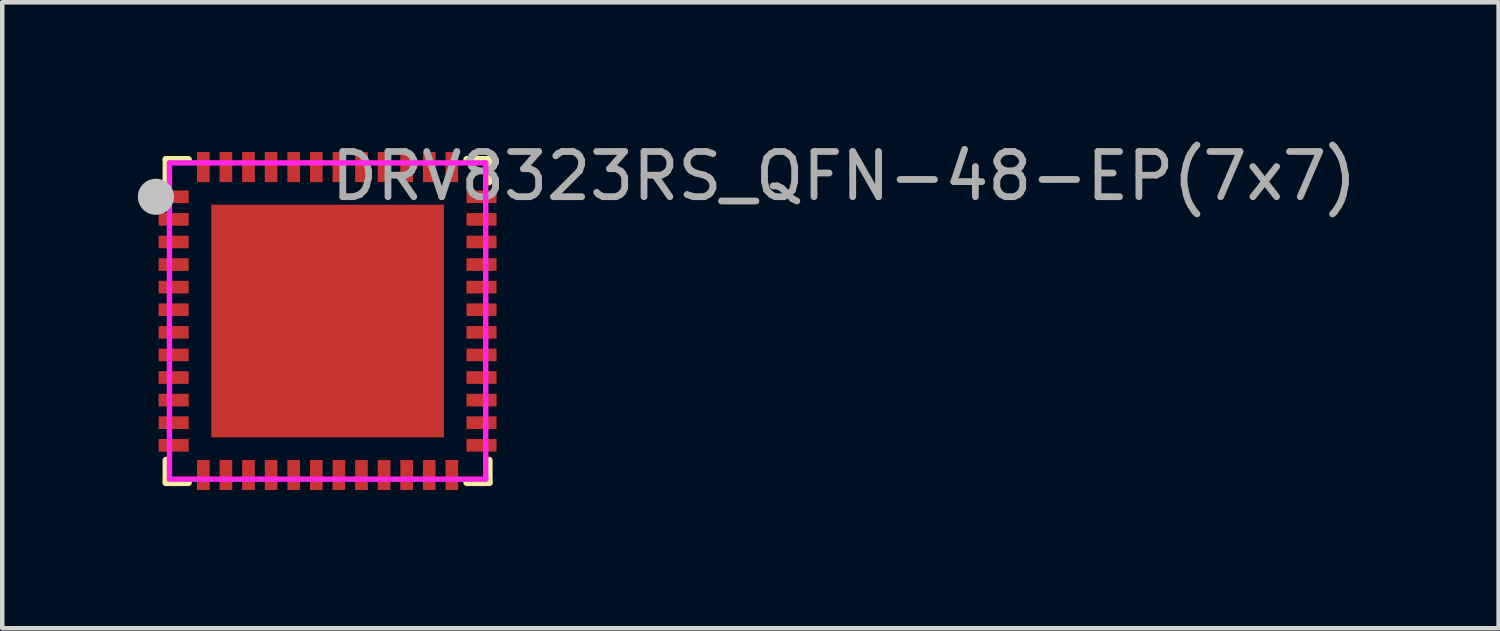
<source format=kicad_pcb>
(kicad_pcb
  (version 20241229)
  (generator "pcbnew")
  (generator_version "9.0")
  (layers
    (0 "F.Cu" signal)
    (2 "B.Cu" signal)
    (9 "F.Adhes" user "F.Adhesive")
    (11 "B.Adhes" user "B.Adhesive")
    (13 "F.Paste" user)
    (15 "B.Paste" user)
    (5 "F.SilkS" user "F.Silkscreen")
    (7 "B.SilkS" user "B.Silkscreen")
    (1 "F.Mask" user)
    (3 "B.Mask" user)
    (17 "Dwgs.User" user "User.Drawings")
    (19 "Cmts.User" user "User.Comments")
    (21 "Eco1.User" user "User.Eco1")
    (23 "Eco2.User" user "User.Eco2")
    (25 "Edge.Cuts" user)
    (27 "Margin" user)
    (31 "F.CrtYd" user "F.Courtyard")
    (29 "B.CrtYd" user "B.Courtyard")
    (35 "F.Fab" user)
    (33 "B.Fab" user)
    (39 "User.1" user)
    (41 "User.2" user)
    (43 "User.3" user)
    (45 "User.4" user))
  (footprint "DRV8323RS_QFN-48-EP(7x7)"
    (layer "F.Cu")
    (at 4.2 4.055)
    (property "Reference" "DRV8323RS_QFN-48-EP(7x7)" (at 0 -3.207 0) (layer "F.Fab") (effects (font (size 1 1) (thickness 0.15)) (justify left)))
    (attr smd)
    (fp_line (start -3.576 -3.576) (end -3.576 -3.08) (stroke (width 0.152) (type solid)) (layer "F.SilkS"))
    (fp_line (start -3.576 3.576) (end -3.576 3.08) (stroke (width 0.152) (type solid)) (layer "F.SilkS"))
    (fp_line (start -3.08 -3.576) (end -3.576 -3.576) (stroke (width 0.152) (type solid)) (layer "F.SilkS"))
    (fp_line (start -3.08 3.576) (end -3.576 3.576) (stroke (width 0.152) (type solid)) (layer "F.SilkS"))
    (fp_line (start 3.08 -3.576) (end 3.576 -3.576) (stroke (width 0.152) (type solid)) (layer "F.SilkS"))
    (fp_line (start 3.08 3.576) (end 3.576 3.576) (stroke (width 0.152) (type solid)) (layer "F.SilkS"))
    (fp_line (start 3.576 -3.576) (end 3.576 -3.08) (stroke (width 0.152) (type solid)) (layer "F.SilkS"))
    (fp_line (start 3.576 3.576) (end 3.576 3.08) (stroke (width 0.152) (type solid)) (layer "F.SilkS"))
    (fp_circle (center -4.04 -2.75) (end -3.965 -2.75) (stroke (width 0.15) (type solid)) (fill no) (layer "F.SilkS"))
    (fp_poly (pts (xy -3.74 -2.89) (xy -3.74 -2.61) (xy -3.075 -2.61) (xy -3.075 -2.89)) (stroke (width 0.12) (type solid)) (fill yes) (layer "F.Paste"))
    (fp_poly (pts (xy -3.74 -2.39) (xy -3.74 -2.11) (xy -3.075 -2.11) (xy -3.075 -2.39)) (stroke (width 0.12) (type solid)) (fill yes) (layer "F.Paste"))
    (fp_poly (pts (xy -3.74 -1.89) (xy -3.74 -1.61) (xy -3.075 -1.61) (xy -3.075 -1.89)) (stroke (width 0.12) (type solid)) (fill yes) (layer "F.Paste"))
    (fp_poly (pts (xy -3.74 -1.39) (xy -3.74 -1.11) (xy -3.075 -1.11) (xy -3.075 -1.39)) (stroke (width 0.12) (type solid)) (fill yes) (layer "F.Paste"))
    (fp_poly (pts (xy -3.74 -0.39) (xy -3.74 -0.11) (xy -3.075 -0.11) (xy -3.075 -0.39)) (stroke (width 0.12) (type solid)) (fill yes) (layer "F.Paste"))
    (fp_poly (pts (xy -3.74 0.11) (xy -3.74 0.39) (xy -3.075 0.39) (xy -3.075 0.11)) (stroke (width 0.12) (type solid)) (fill yes) (layer "F.Paste"))
    (fp_poly (pts (xy -3.74 1.11) (xy -3.74 1.39) (xy -3.075 1.39) (xy -3.075 1.11)) (stroke (width 0.12) (type solid)) (fill yes) (layer "F.Paste"))
    (fp_poly (pts (xy -3.74 2.11) (xy -3.74 2.39) (xy -3.075 2.39) (xy -3.075 2.11)) (stroke (width 0.12) (type solid)) (fill yes) (layer "F.Paste"))
    (fp_poly (pts (xy -3.74 2.61) (xy -3.74 2.89) (xy -3.075 2.89) (xy -3.075 2.61)) (stroke (width 0.12) (type solid)) (fill yes) (layer "F.Paste"))
    (fp_poly (pts (xy -3.74 -0.89) (xy -3.74 -0.61) (xy -3.075 -0.61) (xy -3.075 -0.89)) (stroke (width 0.12) (type solid)) (fill yes) (layer "F.Paste"))
    (fp_poly (pts (xy -3.74 0.61) (xy -3.74 0.89) (xy -3.075 0.89) (xy -3.075 0.61)) (stroke (width 0.12) (type solid)) (fill yes) (layer "F.Paste"))
    (fp_poly (pts (xy -3.74 1.61) (xy -3.74 1.89) (xy -3.075 1.89) (xy -3.075 1.61)) (stroke (width 0.12) (type solid)) (fill yes) (layer "F.Paste"))
    (fp_poly (pts (xy -2.89 3.075) (xy -2.89 3.74) (xy -2.61 3.74) (xy -2.61 3.075)) (stroke (width 0.12) (type solid)) (fill yes) (layer "F.Paste"))
    (fp_poly (pts (xy -2.61 -3.075) (xy -2.61 -3.74) (xy -2.89 -3.74) (xy -2.89 -3.075)) (stroke (width 0.12) (type solid)) (fill yes) (layer "F.Paste"))
    (fp_poly (pts (xy -2.39 3.075) (xy -2.39 3.74) (xy -2.11 3.74) (xy -2.11 3.075)) (stroke (width 0.12) (type solid)) (fill yes) (layer "F.Paste"))
    (fp_poly (pts (xy -2.11 -3.075) (xy -2.11 -3.74) (xy -2.39 -3.74) (xy -2.39 -3.075)) (stroke (width 0.12) (type solid)) (fill yes) (layer "F.Paste"))
    (fp_poly (pts (xy -2 -2) (xy -2 2) (xy 2 2) (xy 2 -2)) (stroke (width 0.12) (type solid)) (fill yes) (layer "F.Paste"))
    (fp_poly (pts (xy -1.89 3.075) (xy -1.89 3.74) (xy -1.61 3.74) (xy -1.61 3.075)) (stroke (width 0.12) (type solid)) (fill yes) (layer "F.Paste"))
    (fp_poly (pts (xy -1.61 -3.075) (xy -1.61 -3.74) (xy -1.89 -3.74) (xy -1.89 -3.075)) (stroke (width 0.12) (type solid)) (fill yes) (layer "F.Paste"))
    (fp_poly (pts (xy -1.11 -3.075) (xy -1.11 -3.74) (xy -1.39 -3.74) (xy -1.39 -3.075)) (stroke (width 0.12) (type solid)) (fill yes) (layer "F.Paste"))
    (fp_poly (pts (xy -1.11 3.74) (xy -1.11 3.075) (xy -1.39 3.075) (xy -1.39 3.74)) (stroke (width 0.12) (type solid)) (fill yes) (layer "F.Paste"))
    (fp_poly (pts (xy -0.61 -3.075) (xy -0.61 -3.74) (xy -0.89 -3.74) (xy -0.89 -3.075)) (stroke (width 0.12) (type solid)) (fill yes) (layer "F.Paste"))
    (fp_poly (pts (xy -0.61 3.74) (xy -0.61 3.075) (xy -0.89 3.075) (xy -0.89 3.74)) (stroke (width 0.12) (type solid)) (fill yes) (layer "F.Paste"))
    (fp_poly (pts (xy -0.11 -3.075) (xy -0.11 -3.74) (xy -0.39 -3.74) (xy -0.39 -3.075)) (stroke (width 0.12) (type solid)) (fill yes) (layer "F.Paste"))
    (fp_poly (pts (xy -0.11 3.74) (xy -0.11 3.075) (xy -0.39 3.075) (xy -0.39 3.74)) (stroke (width 0.12) (type solid)) (fill yes) (layer "F.Paste"))
    (fp_poly (pts (xy 0.39 -3.075) (xy 0.39 -3.74) (xy 0.11 -3.74) (xy 0.11 -3.075)) (stroke (width 0.12) (type solid)) (fill yes) (layer "F.Paste"))
    (fp_poly (pts (xy 0.39 3.74) (xy 0.39 3.075) (xy 0.11 3.075) (xy 0.11 3.74)) (stroke (width 0.12) (type solid)) (fill yes) (layer "F.Paste"))
    (fp_poly (pts (xy 0.61 -3.74) (xy 0.61 -3.075) (xy 0.89 -3.075) (xy 0.89 -3.74)) (stroke (width 0.12) (type solid)) (fill yes) (layer "F.Paste"))
    (fp_poly (pts (xy 0.89 3.74) (xy 0.89 3.075) (xy 0.61 3.075) (xy 0.61 3.74)) (stroke (width 0.12) (type solid)) (fill yes) (layer "F.Paste"))
    (fp_poly (pts (xy 1.11 -3.74) (xy 1.11 -3.075) (xy 1.39 -3.075) (xy 1.39 -3.74)) (stroke (width 0.12) (type solid)) (fill yes) (layer "F.Paste"))
    (fp_poly (pts (xy 1.39 3.74) (xy 1.39 3.075) (xy 1.11 3.075) (xy 1.11 3.74)) (stroke (width 0.12) (type solid)) (fill yes) (layer "F.Paste"))
    (fp_poly (pts (xy 1.61 -3.74) (xy 1.61 -3.075) (xy 1.89 -3.075) (xy 1.89 -3.74)) (stroke (width 0.12) (type solid)) (fill yes) (layer "F.Paste"))
    (fp_poly (pts (xy 1.89 3.74) (xy 1.89 3.075) (xy 1.61 3.075) (xy 1.61 3.74)) (stroke (width 0.12) (type solid)) (fill yes) (layer "F.Paste"))
    (fp_poly (pts (xy 2.39 -3.075) (xy 2.39 -3.74) (xy 2.11 -3.74) (xy 2.11 -3.075)) (stroke (width 0.12) (type solid)) (fill yes) (layer "F.Paste"))
    (fp_poly (pts (xy 2.39 3.74) (xy 2.39 3.075) (xy 2.11 3.075) (xy 2.11 3.74)) (stroke (width 0.12) (type solid)) (fill yes) (layer "F.Paste"))
    (fp_poly (pts (xy 2.89 -3.075) (xy 2.89 -3.74) (xy 2.61 -3.74) (xy 2.61 -3.075)) (stroke (width 0.12) (type solid)) (fill yes) (layer "F.Paste"))
    (fp_poly (pts (xy 2.89 3.74) (xy 2.89 3.075) (xy 2.61 3.075) (xy 2.61 3.74)) (stroke (width 0.12) (type solid)) (fill yes) (layer "F.Paste"))
    (fp_poly (pts (xy 3.075 2.61) (xy 3.075 2.89) (xy 3.74 2.89) (xy 3.74 2.61)) (stroke (width 0.12) (type solid)) (fill yes) (layer "F.Paste"))
    (fp_poly (pts (xy 3.74 -1.61) (xy 3.74 -1.89) (xy 3.075 -1.89) (xy 3.075 -1.61)) (stroke (width 0.12) (type solid)) (fill yes) (layer "F.Paste"))
    (fp_poly (pts (xy 3.74 -0.61) (xy 3.74 -0.89) (xy 3.075 -0.89) (xy 3.075 -0.61)) (stroke (width 0.12) (type solid)) (fill yes) (layer "F.Paste"))
    (fp_poly (pts (xy 3.74 0.89) (xy 3.74 0.61) (xy 3.075 0.61) (xy 3.075 0.89)) (stroke (width 0.12) (type solid)) (fill yes) (layer "F.Paste"))
    (fp_poly (pts (xy 3.74 -2.61) (xy 3.74 -2.89) (xy 3.075 -2.89) (xy 3.075 -2.61)) (stroke (width 0.12) (type solid)) (fill yes) (layer "F.Paste"))
    (fp_poly (pts (xy 3.74 -2.11) (xy 3.74 -2.39) (xy 3.075 -2.39) (xy 3.075 -2.11)) (stroke (width 0.12) (type solid)) (fill yes) (layer "F.Paste"))
    (fp_poly (pts (xy 3.74 -1.11) (xy 3.74 -1.39) (xy 3.075 -1.39) (xy 3.075 -1.11)) (stroke (width 0.12) (type solid)) (fill yes) (layer "F.Paste"))
    (fp_poly (pts (xy 3.74 -0.11) (xy 3.74 -0.39) (xy 3.075 -0.39) (xy 3.075 -0.11)) (stroke (width 0.12) (type solid)) (fill yes) (layer "F.Paste"))
    (fp_poly (pts (xy 3.74 0.39) (xy 3.74 0.11) (xy 3.075 0.11) (xy 3.075 0.39)) (stroke (width 0.12) (type solid)) (fill yes) (layer "F.Paste"))
    (fp_poly (pts (xy 3.74 1.39) (xy 3.74 1.11) (xy 3.075 1.11) (xy 3.075 1.39)) (stroke (width 0.12) (type solid)) (fill yes) (layer "F.Paste"))
    (fp_poly (pts (xy 3.74 1.89) (xy 3.74 1.61) (xy 3.075 1.61) (xy 3.075 1.89)) (stroke (width 0.12) (type solid)) (fill yes) (layer "F.Paste"))
    (fp_poly (pts (xy 3.74 2.39) (xy 3.74 2.11) (xy 3.075 2.11) (xy 3.075 2.39)) (stroke (width 0.12) (type solid)) (fill yes) (layer "F.Paste"))
    (fp_circle (center -3.8 -2.75) (end -3.6 -2.75) (stroke (width 0.4) (type solid)) (fill no) (layer "Dwgs.User"))
    (fp_circle (center -3.5 -3.5) (end -3.47 -3.5) (stroke (width 0.06) (type solid)) (fill no) (layer "Eco2.User"))
    (fp_poly (pts (xy -3.5 -2.63) (xy -3.5 -2.87) (xy -3.1 -2.87) (xy -3.1 -2.63)) (stroke (width 0.12) (type solid)) (fill no) (layer "Eco2.User"))
    (fp_poly (pts (xy -3.5 -2.13) (xy -3.5 -2.37) (xy -3.1 -2.37) (xy -3.1 -2.13)) (stroke (width 0.12) (type solid)) (fill no) (layer "Eco2.User"))
    (fp_poly (pts (xy -3.5 -1.63) (xy -3.5 -1.87) (xy -3.1 -1.87) (xy -3.1 -1.63)) (stroke (width 0.12) (type solid)) (fill no) (layer "Eco2.User"))
    (fp_poly (pts (xy -3.5 -1.13) (xy -3.5 -1.37) (xy -3.1 -1.37) (xy -3.1 -1.13)) (stroke (width 0.12) (type solid)) (fill no) (layer "Eco2.User"))
    (fp_poly (pts (xy -3.5 -0.63) (xy -3.5 -0.87) (xy -3.1 -0.87) (xy -3.1 -0.63)) (stroke (width 0.12) (type solid)) (fill no) (layer "Eco2.User"))
    (fp_poly (pts (xy -3.5 -0.13) (xy -3.5 -0.37) (xy -3.1 -0.37) (xy -3.1 -0.13)) (stroke (width 0.12) (type solid)) (fill no) (layer "Eco2.User"))
    (fp_poly (pts (xy -3.5 0.37) (xy -3.5 0.13) (xy -3.1 0.13) (xy -3.1 0.37)) (stroke (width 0.12) (type solid)) (fill no) (layer "Eco2.User"))
    (fp_poly (pts (xy -3.5 0.87) (xy -3.5 0.63) (xy -3.1 0.63) (xy -3.1 0.87)) (stroke (width 0.12) (type solid)) (fill no) (layer "Eco2.User"))
    (fp_poly (pts (xy -3.5 1.37) (xy -3.5 1.13) (xy -3.1 1.13) (xy -3.1 1.37)) (stroke (width 0.12) (type solid)) (fill no) (layer "Eco2.User"))
    (fp_poly (pts (xy -3.5 1.87) (xy -3.5 1.63) (xy -3.1 1.63) (xy -3.1 1.87)) (stroke (width 0.12) (type solid)) (fill no) (layer "Eco2.User"))
    (fp_poly (pts (xy -3.5 2.37) (xy -3.5 2.13) (xy -3.1 2.13) (xy -3.1 2.37)) (stroke (width 0.12) (type solid)) (fill no) (layer "Eco2.User"))
    (fp_poly (pts (xy -3.5 2.87) (xy -3.5 2.63) (xy -3.1 2.63) (xy -3.1 2.87)) (stroke (width 0.12) (type solid)) (fill no) (layer "Eco2.User"))
    (fp_poly (pts (xy -2.87 3.5) (xy -2.87 3.1) (xy -2.63 3.1) (xy -2.63 3.5)) (stroke (width 0.12) (type solid)) (fill no) (layer "Eco2.User"))
    (fp_poly (pts (xy -2.87 -3.1) (xy -2.87 -3.5) (xy -2.63 -3.5) (xy -2.63 -3.1)) (stroke (width 0.12) (type solid)) (fill no) (layer "Eco2.User"))
    (fp_poly (pts (xy -2.575 -2.575) (xy 2.575 -2.575) (xy 2.575 2.575) (xy -2.575 2.575)) (stroke (width 0.12) (type solid)) (fill no) (layer "Eco2.User"))
    (fp_poly (pts (xy -2.37 -3.1) (xy -2.37 -3.5) (xy -2.13 -3.5) (xy -2.13 -3.1)) (stroke (width 0.12) (type solid)) (fill no) (layer "Eco2.User"))
    (fp_poly (pts (xy -2.37 3.5) (xy -2.37 3.1) (xy -2.13 3.1) (xy -2.13 3.5)) (stroke (width 0.12) (type solid)) (fill no) (layer "Eco2.User"))
    (fp_poly (pts (xy -1.87 -3.1) (xy -1.87 -3.5) (xy -1.63 -3.5) (xy -1.63 -3.1)) (stroke (width 0.12) (type solid)) (fill no) (layer "Eco2.User"))
    (fp_poly (pts (xy -1.87 3.5) (xy -1.87 3.1) (xy -1.63 3.1) (xy -1.63 3.5)) (stroke (width 0.12) (type solid)) (fill no) (layer "Eco2.User"))
    (fp_poly (pts (xy -1.37 -3.1) (xy -1.37 -3.5) (xy -1.13 -3.5) (xy -1.13 -3.1)) (stroke (width 0.12) (type solid)) (fill no) (layer "Eco2.User"))
    (fp_poly (pts (xy -1.37 3.5) (xy -1.37 3.1) (xy -1.13 3.1) (xy -1.13 3.5)) (stroke (width 0.12) (type solid)) (fill no) (layer "Eco2.User"))
    (fp_poly (pts (xy -0.87 -3.1) (xy -0.87 -3.5) (xy -0.63 -3.5) (xy -0.63 -3.1)) (stroke (width 0.12) (type solid)) (fill no) (layer "Eco2.User"))
    (fp_poly (pts (xy -0.87 3.5) (xy -0.87 3.1) (xy -0.63 3.1) (xy -0.63 3.5)) (stroke (width 0.12) (type solid)) (fill no) (layer "Eco2.User"))
    (fp_poly (pts (xy -0.37 -3.1) (xy -0.37 -3.5) (xy -0.13 -3.5) (xy -0.13 -3.1)) (stroke (width 0.12) (type solid)) (fill no) (layer "Eco2.User"))
    (fp_poly (pts (xy -0.37 3.5) (xy -0.37 3.1) (xy -0.13 3.1) (xy -0.13 3.5)) (stroke (width 0.12) (type solid)) (fill no) (layer "Eco2.User"))
    (fp_poly (pts (xy 0.13 -3.1) (xy 0.13 -3.5) (xy 0.37 -3.5) (xy 0.37 -3.1)) (stroke (width 0.12) (type solid)) (fill no) (layer "Eco2.User"))
    (fp_poly (pts (xy 0.13 3.5) (xy 0.13 3.1) (xy 0.37 3.1) (xy 0.37 3.5)) (stroke (width 0.12) (type solid)) (fill no) (layer "Eco2.User"))
    (fp_poly (pts (xy 0.63 -3.1) (xy 0.63 -3.5) (xy 0.87 -3.5) (xy 0.87 -3.1)) (stroke (width 0.12) (type solid)) (fill no) (layer "Eco2.User"))
    (fp_poly (pts (xy 0.63 3.5) (xy 0.63 3.1) (xy 0.87 3.1) (xy 0.87 3.5)) (stroke (width 0.12) (type solid)) (fill no) (layer "Eco2.User"))
    (fp_poly (pts (xy 1.13 -3.1) (xy 1.13 -3.5) (xy 1.37 -3.5) (xy 1.37 -3.1)) (stroke (width 0.12) (type solid)) (fill no) (layer "Eco2.User"))
    (fp_poly (pts (xy 1.13 3.5) (xy 1.13 3.1) (xy 1.37 3.1) (xy 1.37 3.5)) (stroke (width 0.12) (type solid)) (fill no) (layer "Eco2.User"))
    (fp_poly (pts (xy 1.63 -3.1) (xy 1.63 -3.5) (xy 1.87 -3.5) (xy 1.87 -3.1)) (stroke (width 0.12) (type solid)) (fill no) (layer "Eco2.User"))
    (fp_poly (pts (xy 1.63 3.5) (xy 1.63 3.1) (xy 1.87 3.1) (xy 1.87 3.5)) (stroke (width 0.12) (type solid)) (fill no) (layer "Eco2.User"))
    (fp_poly (pts (xy 2.13 -3.1) (xy 2.13 -3.5) (xy 2.37 -3.5) (xy 2.37 -3.1)) (stroke (width 0.12) (type solid)) (fill no) (layer "Eco2.User"))
    (fp_poly (pts (xy 2.13 3.5) (xy 2.13 3.1) (xy 2.37 3.1) (xy 2.37 3.5)) (stroke (width 0.12) (type solid)) (fill no) (layer "Eco2.User"))
    (fp_poly (pts (xy 2.63 -3.1) (xy 2.63 -3.5) (xy 2.87 -3.5) (xy 2.87 -3.1)) (stroke (width 0.12) (type solid)) (fill no) (layer "Eco2.User"))
    (fp_poly (pts (xy 2.63 3.5) (xy 2.63 3.1) (xy 2.87 3.1) (xy 2.87 3.5)) (stroke (width 0.12) (type solid)) (fill no) (layer "Eco2.User"))
    (fp_poly (pts (xy 3.1 -2.63) (xy 3.1 -2.87) (xy 3.5 -2.87) (xy 3.5 -2.63)) (stroke (width 0.12) (type solid)) (fill no) (layer "Eco2.User"))
    (fp_poly (pts (xy 3.1 -2.13) (xy 3.1 -2.37) (xy 3.5 -2.37) (xy 3.5 -2.13)) (stroke (width 0.12) (type solid)) (fill no) (layer "Eco2.User"))
    (fp_poly (pts (xy 3.1 -1.63) (xy 3.1 -1.87) (xy 3.5 -1.87) (xy 3.5 -1.63)) (stroke (width 0.12) (type solid)) (fill no) (layer "Eco2.User"))
    (fp_poly (pts (xy 3.1 -1.13) (xy 3.1 -1.37) (xy 3.5 -1.37) (xy 3.5 -1.13)) (stroke (width 0.12) (type solid)) (fill no) (layer "Eco2.User"))
    (fp_poly (pts (xy 3.1 -0.63) (xy 3.1 -0.87) (xy 3.5 -0.87) (xy 3.5 -0.63)) (stroke (width 0.12) (type solid)) (fill no) (layer "Eco2.User"))
    (fp_poly (pts (xy 3.1 -0.13) (xy 3.1 -0.37) (xy 3.5 -0.37) (xy 3.5 -0.13)) (stroke (width 0.12) (type solid)) (fill no) (layer "Eco2.User"))
    (fp_poly (pts (xy 3.1 0.87) (xy 3.1 0.63) (xy 3.5 0.63) (xy 3.5 0.87)) (stroke (width 0.12) (type solid)) (fill no) (layer "Eco2.User"))
    (fp_poly (pts (xy 3.1 1.37) (xy 3.1 1.13) (xy 3.5 1.13) (xy 3.5 1.37)) (stroke (width 0.12) (type solid)) (fill no) (layer "Eco2.User"))
    (fp_poly (pts (xy 3.1 1.87) (xy 3.1 1.63) (xy 3.5 1.63) (xy 3.5 1.87)) (stroke (width 0.12) (type solid)) (fill no) (layer "Eco2.User"))
    (fp_poly (pts (xy 3.1 2.37) (xy 3.1 2.13) (xy 3.5 2.13) (xy 3.5 2.37)) (stroke (width 0.12) (type solid)) (fill no) (layer "Eco2.User"))
    (fp_poly (pts (xy 3.1 2.87) (xy 3.1 2.63) (xy 3.5 2.63) (xy 3.5 2.87)) (stroke (width 0.12) (type solid)) (fill no) (layer "Eco2.User"))
    (fp_poly (pts (xy 3.1 0.37) (xy 3.1 0.13) (xy 3.5 0.13) (xy 3.5 0.37)) (stroke (width 0.12) (type solid)) (fill no) (layer "Eco2.User"))
    (fp_line (start -3.5 -3.5) (end 3.5 -3.5) (stroke (width 0.12) (type solid)) (layer "F.CrtYd"))
    (fp_line (start -3.5 3.5) (end -3.5 -3.5) (stroke (width 0.12) (type solid)) (layer "F.CrtYd"))
    (fp_line (start 3.5 -3.5) (end 3.5 3.5) (stroke (width 0.12) (type solid)) (layer "F.CrtYd"))
    (fp_line (start 3.5 3.5) (end -3.5 3.5) (stroke (width 0.12) (type solid)) (layer "F.CrtYd"))
    (pad "1" smd rect (at -3.407 -2.75) (size 0.665 0.28) (layers "F.Cu" "F.Mask" "F.Paste"))
    (pad "2" smd rect (at -3.407 -2.25) (size 0.665 0.28) (layers "F.Cu" "F.Mask" "F.Paste"))
    (pad "3" smd rect (at -3.407 -1.75) (size 0.665 0.28) (layers "F.Cu" "F.Mask" "F.Paste"))
    (pad "4" smd rect (at -3.407 -1.25) (size 0.665 0.28) (layers "F.Cu" "F.Mask" "F.Paste"))
    (pad "5" smd rect (at -3.407 -0.75) (size 0.665 0.28) (layers "F.Cu" "F.Mask" "F.Paste"))
    (pad "6" smd rect (at -3.407 -0.25) (size 0.665 0.28) (layers "F.Cu" "F.Mask" "F.Paste"))
    (pad "7" smd rect (at -3.407 0.25) (size 0.665 0.28) (layers "F.Cu" "F.Mask" "F.Paste"))
    (pad "8" smd rect (at -3.407 0.75) (size 0.665 0.28) (layers "F.Cu" "F.Mask" "F.Paste"))
    (pad "9" smd rect (at -3.407 1.25) (size 0.665 0.28) (layers "F.Cu" "F.Mask" "F.Paste"))
    (pad "10" smd rect (at -3.407 1.75) (size 0.665 0.28) (layers "F.Cu" "F.Mask" "F.Paste"))
    (pad "11" smd rect (at -3.407 2.25) (size 0.665 0.28) (layers "F.Cu" "F.Mask" "F.Paste"))
    (pad "12" smd rect (at -3.407 2.75) (size 0.665 0.28) (layers "F.Cu" "F.Mask" "F.Paste"))
    (pad "13" smd rect (at -2.75 3.407) (size 0.28 0.665) (layers "F.Cu" "F.Mask" "F.Paste"))
    (pad "14" smd rect (at -2.25 3.407) (size 0.28 0.665) (layers "F.Cu" "F.Mask" "F.Paste"))
    (pad "15" smd rect (at -1.75 3.407) (size 0.28 0.665) (layers "F.Cu" "F.Mask" "F.Paste"))
    (pad "16" smd rect (at -1.25 3.407) (size 0.28 0.665) (layers "F.Cu" "F.Mask" "F.Paste"))
    (pad "17" smd rect (at -0.75 3.407) (size 0.28 0.665) (layers "F.Cu" "F.Mask" "F.Paste"))
    (pad "18" smd rect (at -0.25 3.407) (size 0.28 0.665) (layers "F.Cu" "F.Mask" "F.Paste"))
    (pad "19" smd rect (at 0.25 3.407) (size 0.28 0.665) (layers "F.Cu" "F.Mask" "F.Paste"))
    (pad "20" smd rect (at 0.75 3.407) (size 0.28 0.665) (layers "F.Cu" "F.Mask" "F.Paste"))
    (pad "21" smd rect (at 1.25 3.407) (size 0.28 0.665) (layers "F.Cu" "F.Mask" "F.Paste"))
    (pad "22" smd rect (at 1.75 3.407) (size 0.28 0.665) (layers "F.Cu" "F.Mask" "F.Paste"))
    (pad "23" smd rect (at 2.25 3.407) (size 0.28 0.665) (layers "F.Cu" "F.Mask" "F.Paste"))
    (pad "24" smd rect (at 2.75 3.407) (size 0.28 0.665) (layers "F.Cu" "F.Mask" "F.Paste"))
    (pad "25" smd rect (at 3.407 2.75) (size 0.665 0.28) (layers "F.Cu" "F.Mask" "F.Paste"))
    (pad "26" smd rect (at 3.407 2.25) (size 0.665 0.28) (layers "F.Cu" "F.Mask" "F.Paste"))
    (pad "27" smd rect (at 3.407 1.75) (size 0.665 0.28) (layers "F.Cu" "F.Mask" "F.Paste"))
    (pad "28" smd rect (at 3.407 1.25) (size 0.665 0.28) (layers "F.Cu" "F.Mask" "F.Paste"))
    (pad "29" smd rect (at 3.407 0.75) (size 0.665 0.28) (layers "F.Cu" "F.Mask" "F.Paste"))
    (pad "30" smd rect (at 3.407 0.25) (size 0.665 0.28) (layers "F.Cu" "F.Mask" "F.Paste"))
    (pad "31" smd rect (at 3.407 -0.25) (size 0.665 0.28) (layers "F.Cu" "F.Mask" "F.Paste"))
    (pad "32" smd rect (at 3.407 -0.75) (size 0.665 0.28) (layers "F.Cu" "F.Mask" "F.Paste"))
    (pad "33" smd rect (at 3.407 -1.25) (size 0.665 0.28) (layers "F.Cu" "F.Mask" "F.Paste"))
    (pad "34" smd rect (at 3.407 -1.75) (size 0.665 0.28) (layers "F.Cu" "F.Mask" "F.Paste"))
    (pad "35" smd rect (at 3.407 -2.25) (size 0.665 0.28) (layers "F.Cu" "F.Mask" "F.Paste"))
    (pad "36" smd rect (at 3.407 -2.75) (size 0.665 0.28) (layers "F.Cu" "F.Mask" "F.Paste"))
    (pad "37" smd rect (at 2.75 -3.407) (size 0.28 0.665) (layers "F.Cu" "F.Mask" "F.Paste"))
    (pad "38" smd rect (at 2.25 -3.407) (size 0.28 0.665) (layers "F.Cu" "F.Mask" "F.Paste"))
    (pad "39" smd rect (at 1.75 -3.407) (size 0.28 0.665) (layers "F.Cu" "F.Mask" "F.Paste"))
    (pad "40" smd rect (at 1.25 -3.407) (size 0.28 0.665) (layers "F.Cu" "F.Mask" "F.Paste"))
    (pad "41" smd rect (at 0.75 -3.407) (size 0.28 0.665) (layers "F.Cu" "F.Mask" "F.Paste"))
    (pad "42" smd rect (at 0.25 -3.407) (size 0.28 0.665) (layers "F.Cu" "F.Mask" "F.Paste"))
    (pad "43" smd rect (at -0.25 -3.407) (size 0.28 0.665) (layers "F.Cu" "F.Mask" "F.Paste"))
    (pad "44" smd rect (at -0.75 -3.407) (size 0.28 0.665) (layers "F.Cu" "F.Mask" "F.Paste"))
    (pad "45" smd rect (at -1.25 -3.407) (size 0.28 0.665) (layers "F.Cu" "F.Mask" "F.Paste"))
    (pad "46" smd rect (at -1.75 -3.407) (size 0.28 0.665) (layers "F.Cu" "F.Mask" "F.Paste"))
    (pad "47" smd rect (at -2.25 -3.407) (size 0.28 0.665) (layers "F.Cu" "F.Mask" "F.Paste"))
    (pad "48" smd rect (at -2.75 -3.407) (size 0.28 0.665) (layers "F.Cu" "F.Mask" "F.Paste"))
    (pad "49" smd rect (at 0 0) (size 5.15 5.15) (layers "F.Cu" "F.Mask" "F.Paste")))
  (gr_rect
    (start -3 -3)
    (end 30.117 10.855)
    (stroke (width 0.1) (type default))
    (fill no)
    (layer "Edge.Cuts")))
</source>
